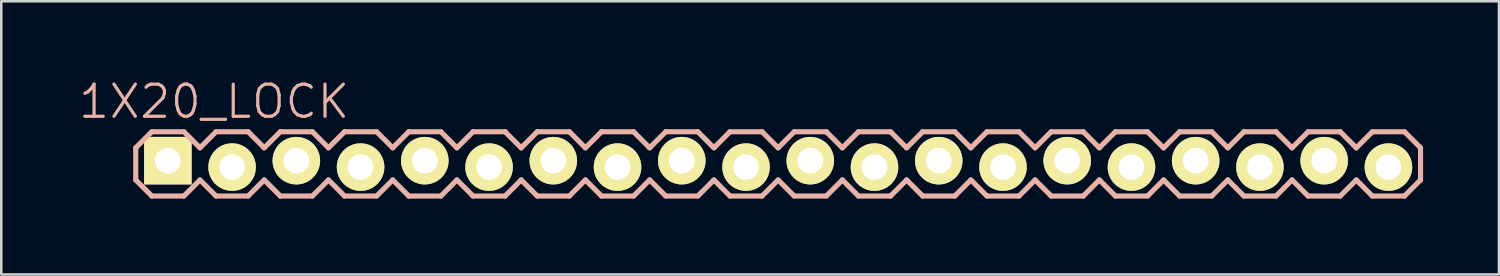
<source format=kicad_pcb>
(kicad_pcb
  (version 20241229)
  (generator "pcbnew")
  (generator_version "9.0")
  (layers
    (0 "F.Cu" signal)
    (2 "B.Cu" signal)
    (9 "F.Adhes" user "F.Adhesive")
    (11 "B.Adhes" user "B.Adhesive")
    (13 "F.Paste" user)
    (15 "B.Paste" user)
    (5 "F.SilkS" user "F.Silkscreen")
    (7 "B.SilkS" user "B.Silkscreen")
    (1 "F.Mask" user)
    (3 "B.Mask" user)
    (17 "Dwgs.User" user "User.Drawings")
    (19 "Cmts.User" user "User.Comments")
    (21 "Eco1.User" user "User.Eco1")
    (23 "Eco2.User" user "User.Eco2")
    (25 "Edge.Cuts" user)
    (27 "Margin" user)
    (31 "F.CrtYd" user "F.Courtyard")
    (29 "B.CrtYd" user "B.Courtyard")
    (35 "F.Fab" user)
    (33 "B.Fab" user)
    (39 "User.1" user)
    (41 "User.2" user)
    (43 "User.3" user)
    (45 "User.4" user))
  (footprint "1X20_LOCK"
    (layer "F.Cu")
    (at 3.587 3.43)
    (property "Reference" "1X20_LOCK" (at 1.829 -2.464 0) (layer "B.SilkS") (effects (font (size 1.27 1.27) (thickness 0.127))))
    (attr exclude_from_pos_files exclude_from_bom)
    (fp_line (start -0.254 -0.254) (end 0.254 -0.254) (stroke (width 0.066) (type solid)) (layer "F.SilkS"))
    (fp_line (start -0.254 0.254) (end -0.254 -0.254) (stroke (width 0.066) (type solid)) (layer "F.SilkS"))
    (fp_line (start -0.254 0.254) (end 0.254 0.254) (stroke (width 0.066) (type solid)) (layer "F.SilkS"))
    (fp_line (start 0.254 0.254) (end 0.254 -0.254) (stroke (width 0.066) (type solid)) (layer "F.SilkS"))
    (fp_line (start 2.286 -0.254) (end 2.794 -0.254) (stroke (width 0.066) (type solid)) (layer "F.SilkS"))
    (fp_line (start 2.286 0.254) (end 2.286 -0.254) (stroke (width 0.066) (type solid)) (layer "F.SilkS"))
    (fp_line (start 2.286 0.254) (end 2.794 0.254) (stroke (width 0.066) (type solid)) (layer "F.SilkS"))
    (fp_line (start 2.794 0.254) (end 2.794 -0.254) (stroke (width 0.066) (type solid)) (layer "F.SilkS"))
    (fp_line (start 4.826 -0.254) (end 5.334 -0.254) (stroke (width 0.066) (type solid)) (layer "F.SilkS"))
    (fp_line (start 4.826 0.254) (end 4.826 -0.254) (stroke (width 0.066) (type solid)) (layer "F.SilkS"))
    (fp_line (start 4.826 0.254) (end 5.334 0.254) (stroke (width 0.066) (type solid)) (layer "F.SilkS"))
    (fp_line (start 5.334 0.254) (end 5.334 -0.254) (stroke (width 0.066) (type solid)) (layer "F.SilkS"))
    (fp_line (start 7.366 -0.254) (end 7.874 -0.254) (stroke (width 0.066) (type solid)) (layer "F.SilkS"))
    (fp_line (start 7.366 0.254) (end 7.366 -0.254) (stroke (width 0.066) (type solid)) (layer "F.SilkS"))
    (fp_line (start 7.366 0.254) (end 7.874 0.254) (stroke (width 0.066) (type solid)) (layer "F.SilkS"))
    (fp_line (start 7.874 0.254) (end 7.874 -0.254) (stroke (width 0.066) (type solid)) (layer "F.SilkS"))
    (fp_line (start 9.906 -0.254) (end 10.414 -0.254) (stroke (width 0.066) (type solid)) (layer "F.SilkS"))
    (fp_line (start 9.906 0.254) (end 9.906 -0.254) (stroke (width 0.066) (type solid)) (layer "F.SilkS"))
    (fp_line (start 9.906 0.254) (end 10.414 0.254) (stroke (width 0.066) (type solid)) (layer "F.SilkS"))
    (fp_line (start 10.414 0.254) (end 10.414 -0.254) (stroke (width 0.066) (type solid)) (layer "F.SilkS"))
    (fp_line (start 12.446 -0.254) (end 12.954 -0.254) (stroke (width 0.066) (type solid)) (layer "F.SilkS"))
    (fp_line (start 12.446 0.254) (end 12.446 -0.254) (stroke (width 0.066) (type solid)) (layer "F.SilkS"))
    (fp_line (start 12.446 0.254) (end 12.954 0.254) (stroke (width 0.066) (type solid)) (layer "F.SilkS"))
    (fp_line (start 12.954 0.254) (end 12.954 -0.254) (stroke (width 0.066) (type solid)) (layer "F.SilkS"))
    (fp_line (start 14.986 -0.254) (end 15.494 -0.254) (stroke (width 0.066) (type solid)) (layer "F.SilkS"))
    (fp_line (start 14.986 0.254) (end 14.986 -0.254) (stroke (width 0.066) (type solid)) (layer "F.SilkS"))
    (fp_line (start 14.986 0.254) (end 15.494 0.254) (stroke (width 0.066) (type solid)) (layer "F.SilkS"))
    (fp_line (start 15.494 0.254) (end 15.494 -0.254) (stroke (width 0.066) (type solid)) (layer "F.SilkS"))
    (fp_line (start 17.523 -0.254) (end 18.034 -0.254) (stroke (width 0.066) (type solid)) (layer "F.SilkS"))
    (fp_line (start 17.523 0.254) (end 17.523 -0.254) (stroke (width 0.066) (type solid)) (layer "F.SilkS"))
    (fp_line (start 17.523 0.254) (end 18.034 0.254) (stroke (width 0.066) (type solid)) (layer "F.SilkS"))
    (fp_line (start 18.034 0.254) (end 18.034 -0.254) (stroke (width 0.066) (type solid)) (layer "F.SilkS"))
    (fp_line (start 20.066 -0.254) (end 20.574 -0.254) (stroke (width 0.066) (type solid)) (layer "F.SilkS"))
    (fp_line (start 20.066 0.254) (end 20.066 -0.254) (stroke (width 0.066) (type solid)) (layer "F.SilkS"))
    (fp_line (start 20.066 0.254) (end 20.574 0.254) (stroke (width 0.066) (type solid)) (layer "F.SilkS"))
    (fp_line (start 20.574 0.254) (end 20.574 -0.254) (stroke (width 0.066) (type solid)) (layer "F.SilkS"))
    (fp_line (start 22.606 -0.254) (end 23.114 -0.254) (stroke (width 0.066) (type solid)) (layer "F.SilkS"))
    (fp_line (start 22.606 0.254) (end 22.606 -0.254) (stroke (width 0.066) (type solid)) (layer "F.SilkS"))
    (fp_line (start 22.606 0.254) (end 23.114 0.254) (stroke (width 0.066) (type solid)) (layer "F.SilkS"))
    (fp_line (start 23.114 0.254) (end 23.114 -0.254) (stroke (width 0.066) (type solid)) (layer "F.SilkS"))
    (fp_line (start 25.146 -0.254) (end 25.654 -0.254) (stroke (width 0.066) (type solid)) (layer "F.SilkS"))
    (fp_line (start 25.146 0.254) (end 25.146 -0.254) (stroke (width 0.066) (type solid)) (layer "F.SilkS"))
    (fp_line (start 25.146 0.254) (end 25.654 0.254) (stroke (width 0.066) (type solid)) (layer "F.SilkS"))
    (fp_line (start 25.654 0.254) (end 25.654 -0.254) (stroke (width 0.066) (type solid)) (layer "F.SilkS"))
    (fp_line (start 27.686 -0.254) (end 28.194 -0.254) (stroke (width 0.066) (type solid)) (layer "F.SilkS"))
    (fp_line (start 27.686 0.254) (end 27.686 -0.254) (stroke (width 0.066) (type solid)) (layer "F.SilkS"))
    (fp_line (start 27.686 0.254) (end 28.194 0.254) (stroke (width 0.066) (type solid)) (layer "F.SilkS"))
    (fp_line (start 28.194 0.254) (end 28.194 -0.254) (stroke (width 0.066) (type solid)) (layer "F.SilkS"))
    (fp_line (start 30.226 -0.254) (end 30.734 -0.254) (stroke (width 0.066) (type solid)) (layer "F.SilkS"))
    (fp_line (start 30.226 0.254) (end 30.226 -0.254) (stroke (width 0.066) (type solid)) (layer "F.SilkS"))
    (fp_line (start 30.226 0.254) (end 30.734 0.254) (stroke (width 0.066) (type solid)) (layer "F.SilkS"))
    (fp_line (start 30.734 0.254) (end 30.734 -0.254) (stroke (width 0.066) (type solid)) (layer "F.SilkS"))
    (fp_line (start 32.766 -0.254) (end 33.274 -0.254) (stroke (width 0.066) (type solid)) (layer "F.SilkS"))
    (fp_line (start 32.766 0.254) (end 32.766 -0.254) (stroke (width 0.066) (type solid)) (layer "F.SilkS"))
    (fp_line (start 32.766 0.254) (end 33.274 0.254) (stroke (width 0.066) (type solid)) (layer "F.SilkS"))
    (fp_line (start 33.274 0.254) (end 33.274 -0.254) (stroke (width 0.066) (type solid)) (layer "F.SilkS"))
    (fp_line (start 35.303 -0.254) (end 35.814 -0.254) (stroke (width 0.066) (type solid)) (layer "F.SilkS"))
    (fp_line (start 35.303 0.254) (end 35.303 -0.254) (stroke (width 0.066) (type solid)) (layer "F.SilkS"))
    (fp_line (start 35.303 0.254) (end 35.814 0.254) (stroke (width 0.066) (type solid)) (layer "F.SilkS"))
    (fp_line (start 35.814 0.254) (end 35.814 -0.254) (stroke (width 0.066) (type solid)) (layer "F.SilkS"))
    (fp_line (start 37.846 -0.254) (end 38.354 -0.254) (stroke (width 0.066) (type solid)) (layer "F.SilkS"))
    (fp_line (start 37.846 0.254) (end 37.846 -0.254) (stroke (width 0.066) (type solid)) (layer "F.SilkS"))
    (fp_line (start 37.846 0.254) (end 38.354 0.254) (stroke (width 0.066) (type solid)) (layer "F.SilkS"))
    (fp_line (start 38.354 0.254) (end 38.354 -0.254) (stroke (width 0.066) (type solid)) (layer "F.SilkS"))
    (fp_line (start 40.386 -0.254) (end 40.894 -0.254) (stroke (width 0.066) (type solid)) (layer "F.SilkS"))
    (fp_line (start 40.386 0.254) (end 40.386 -0.254) (stroke (width 0.066) (type solid)) (layer "F.SilkS"))
    (fp_line (start 40.386 0.254) (end 40.894 0.254) (stroke (width 0.066) (type solid)) (layer "F.SilkS"))
    (fp_line (start 40.894 0.254) (end 40.894 -0.254) (stroke (width 0.066) (type solid)) (layer "F.SilkS"))
    (fp_line (start 42.926 -0.254) (end 43.434 -0.254) (stroke (width 0.066) (type solid)) (layer "F.SilkS"))
    (fp_line (start 42.926 0.254) (end 42.926 -0.254) (stroke (width 0.066) (type solid)) (layer "F.SilkS"))
    (fp_line (start 42.926 0.254) (end 43.434 0.254) (stroke (width 0.066) (type solid)) (layer "F.SilkS"))
    (fp_line (start 43.434 0.254) (end 43.434 -0.254) (stroke (width 0.066) (type solid)) (layer "F.SilkS"))
    (fp_line (start 45.466 -0.254) (end 45.974 -0.254) (stroke (width 0.066) (type solid)) (layer "F.SilkS"))
    (fp_line (start 45.466 0.254) (end 45.466 -0.254) (stroke (width 0.066) (type solid)) (layer "F.SilkS"))
    (fp_line (start 45.466 0.254) (end 45.974 0.254) (stroke (width 0.066) (type solid)) (layer "F.SilkS"))
    (fp_line (start 45.974 0.254) (end 45.974 -0.254) (stroke (width 0.066) (type solid)) (layer "F.SilkS"))
    (fp_line (start 48.006 -0.254) (end 48.514 -0.254) (stroke (width 0.066) (type solid)) (layer "F.SilkS"))
    (fp_line (start 48.006 0.254) (end 48.006 -0.254) (stroke (width 0.066) (type solid)) (layer "F.SilkS"))
    (fp_line (start 48.006 0.254) (end 48.514 0.254) (stroke (width 0.066) (type solid)) (layer "F.SilkS"))
    (fp_line (start 48.514 0.254) (end 48.514 -0.254) (stroke (width 0.066) (type solid)) (layer "F.SilkS"))
    (fp_line (start -1.27 -0.635) (end -1.27 0.635) (stroke (width 0.203) (type solid)) (layer "B.SilkS"))
    (fp_line (start -1.27 0.635) (end -0.635 1.27) (stroke (width 0.203) (type solid)) (layer "B.SilkS"))
    (fp_line (start -0.635 -1.27) (end -1.27 -0.635) (stroke (width 0.203) (type solid)) (layer "B.SilkS"))
    (fp_line (start -0.635 -1.27) (end 0.635 -1.27) (stroke (width 0.203) (type solid)) (layer "B.SilkS"))
    (fp_line (start 0.635 -1.27) (end 1.27 -0.635) (stroke (width 0.203) (type solid)) (layer "B.SilkS"))
    (fp_line (start 0.635 1.27) (end -0.635 1.27) (stroke (width 0.203) (type solid)) (layer "B.SilkS"))
    (fp_line (start 1.27 -0.635) (end 1.905 -1.27) (stroke (width 0.203) (type solid)) (layer "B.SilkS"))
    (fp_line (start 1.27 0.635) (end 0.635 1.27) (stroke (width 0.203) (type solid)) (layer "B.SilkS"))
    (fp_line (start 1.905 -1.27) (end 3.175 -1.27) (stroke (width 0.203) (type solid)) (layer "B.SilkS"))
    (fp_line (start 1.905 1.27) (end 1.27 0.635) (stroke (width 0.203) (type solid)) (layer "B.SilkS"))
    (fp_line (start 3.175 -1.27) (end 3.81 -0.635) (stroke (width 0.203) (type solid)) (layer "B.SilkS"))
    (fp_line (start 3.175 1.27) (end 1.905 1.27) (stroke (width 0.203) (type solid)) (layer "B.SilkS"))
    (fp_line (start 3.81 -0.635) (end 4.445 -1.27) (stroke (width 0.203) (type solid)) (layer "B.SilkS"))
    (fp_line (start 3.81 0.635) (end 3.175 1.27) (stroke (width 0.203) (type solid)) (layer "B.SilkS"))
    (fp_line (start 4.445 -1.27) (end 5.715 -1.27) (stroke (width 0.203) (type solid)) (layer "B.SilkS"))
    (fp_line (start 4.445 1.27) (end 3.81 0.635) (stroke (width 0.203) (type solid)) (layer "B.SilkS"))
    (fp_line (start 5.715 -1.27) (end 6.35 -0.635) (stroke (width 0.203) (type solid)) (layer "B.SilkS"))
    (fp_line (start 5.715 1.27) (end 4.445 1.27) (stroke (width 0.203) (type solid)) (layer "B.SilkS"))
    (fp_line (start 6.35 0.635) (end 5.715 1.27) (stroke (width 0.203) (type solid)) (layer "B.SilkS"))
    (fp_line (start 6.35 0.635) (end 6.985 1.27) (stroke (width 0.203) (type solid)) (layer "B.SilkS"))
    (fp_line (start 6.985 -1.27) (end 6.35 -0.635) (stroke (width 0.203) (type solid)) (layer "B.SilkS"))
    (fp_line (start 6.985 -1.27) (end 8.255 -1.27) (stroke (width 0.203) (type solid)) (layer "B.SilkS"))
    (fp_line (start 8.255 -1.27) (end 8.89 -0.635) (stroke (width 0.203) (type solid)) (layer "B.SilkS"))
    (fp_line (start 8.255 1.27) (end 6.985 1.27) (stroke (width 0.203) (type solid)) (layer "B.SilkS"))
    (fp_line (start 8.89 -0.635) (end 9.525 -1.27) (stroke (width 0.203) (type solid)) (layer "B.SilkS"))
    (fp_line (start 8.89 0.635) (end 8.255 1.27) (stroke (width 0.203) (type solid)) (layer "B.SilkS"))
    (fp_line (start 9.525 -1.27) (end 10.795 -1.27) (stroke (width 0.203) (type solid)) (layer "B.SilkS"))
    (fp_line (start 9.525 1.27) (end 8.89 0.635) (stroke (width 0.203) (type solid)) (layer "B.SilkS"))
    (fp_line (start 10.795 -1.27) (end 11.43 -0.635) (stroke (width 0.203) (type solid)) (layer "B.SilkS"))
    (fp_line (start 10.795 1.27) (end 9.525 1.27) (stroke (width 0.203) (type solid)) (layer "B.SilkS"))
    (fp_line (start 11.43 -0.635) (end 12.065 -1.27) (stroke (width 0.203) (type solid)) (layer "B.SilkS"))
    (fp_line (start 11.43 0.635) (end 10.795 1.27) (stroke (width 0.203) (type solid)) (layer "B.SilkS"))
    (fp_line (start 12.065 -1.27) (end 13.335 -1.27) (stroke (width 0.203) (type solid)) (layer "B.SilkS"))
    (fp_line (start 12.065 1.27) (end 11.43 0.635) (stroke (width 0.203) (type solid)) (layer "B.SilkS"))
    (fp_line (start 13.335 -1.27) (end 13.97 -0.635) (stroke (width 0.203) (type solid)) (layer "B.SilkS"))
    (fp_line (start 13.335 1.27) (end 12.065 1.27) (stroke (width 0.203) (type solid)) (layer "B.SilkS"))
    (fp_line (start 13.97 0.635) (end 13.335 1.27) (stroke (width 0.203) (type solid)) (layer "B.SilkS"))
    (fp_line (start 13.97 0.635) (end 14.605 1.27) (stroke (width 0.203) (type solid)) (layer "B.SilkS"))
    (fp_line (start 14.605 -1.27) (end 13.97 -0.635) (stroke (width 0.203) (type solid)) (layer "B.SilkS"))
    (fp_line (start 14.605 -1.27) (end 15.875 -1.27) (stroke (width 0.203) (type solid)) (layer "B.SilkS"))
    (fp_line (start 15.875 -1.27) (end 16.51 -0.635) (stroke (width 0.203) (type solid)) (layer "B.SilkS"))
    (fp_line (start 15.875 1.27) (end 14.605 1.27) (stroke (width 0.203) (type solid)) (layer "B.SilkS"))
    (fp_line (start 16.51 0.635) (end 15.875 1.27) (stroke (width 0.203) (type solid)) (layer "B.SilkS"))
    (fp_line (start 16.51 0.635) (end 17.145 1.27) (stroke (width 0.203) (type solid)) (layer "B.SilkS"))
    (fp_line (start 17.145 -1.27) (end 16.51 -0.635) (stroke (width 0.203) (type solid)) (layer "B.SilkS"))
    (fp_line (start 17.145 -1.27) (end 18.415 -1.27) (stroke (width 0.203) (type solid)) (layer "B.SilkS"))
    (fp_line (start 18.415 -1.27) (end 19.05 -0.635) (stroke (width 0.203) (type solid)) (layer "B.SilkS"))
    (fp_line (start 18.415 1.27) (end 17.145 1.27) (stroke (width 0.203) (type solid)) (layer "B.SilkS"))
    (fp_line (start 19.05 -0.635) (end 19.685 -1.27) (stroke (width 0.203) (type solid)) (layer "B.SilkS"))
    (fp_line (start 19.05 0.635) (end 18.415 1.27) (stroke (width 0.203) (type solid)) (layer "B.SilkS"))
    (fp_line (start 19.685 -1.27) (end 20.955 -1.27) (stroke (width 0.203) (type solid)) (layer "B.SilkS"))
    (fp_line (start 19.685 1.27) (end 19.05 0.635) (stroke (width 0.203) (type solid)) (layer "B.SilkS"))
    (fp_line (start 20.955 -1.27) (end 21.59 -0.635) (stroke (width 0.203) (type solid)) (layer "B.SilkS"))
    (fp_line (start 20.955 1.27) (end 19.685 1.27) (stroke (width 0.203) (type solid)) (layer "B.SilkS"))
    (fp_line (start 21.59 -0.635) (end 22.225 -1.27) (stroke (width 0.203) (type solid)) (layer "B.SilkS"))
    (fp_line (start 21.59 0.635) (end 20.955 1.27) (stroke (width 0.203) (type solid)) (layer "B.SilkS"))
    (fp_line (start 22.225 -1.27) (end 23.495 -1.27) (stroke (width 0.203) (type solid)) (layer "B.SilkS"))
    (fp_line (start 22.225 1.27) (end 21.59 0.635) (stroke (width 0.203) (type solid)) (layer "B.SilkS"))
    (fp_line (start 23.495 -1.27) (end 24.13 -0.635) (stroke (width 0.203) (type solid)) (layer "B.SilkS"))
    (fp_line (start 23.495 1.27) (end 22.225 1.27) (stroke (width 0.203) (type solid)) (layer "B.SilkS"))
    (fp_line (start 24.13 0.635) (end 23.495 1.27) (stroke (width 0.203) (type solid)) (layer "B.SilkS"))
    (fp_line (start 24.13 0.635) (end 24.765 1.27) (stroke (width 0.203) (type solid)) (layer "B.SilkS"))
    (fp_line (start 24.765 -1.27) (end 24.13 -0.635) (stroke (width 0.203) (type solid)) (layer "B.SilkS"))
    (fp_line (start 24.765 -1.27) (end 26.035 -1.27) (stroke (width 0.203) (type solid)) (layer "B.SilkS"))
    (fp_line (start 26.035 -1.27) (end 26.67 -0.635) (stroke (width 0.203) (type solid)) (layer "B.SilkS"))
    (fp_line (start 26.035 1.27) (end 24.765 1.27) (stroke (width 0.203) (type solid)) (layer "B.SilkS"))
    (fp_line (start 26.67 -0.635) (end 27.305 -1.27) (stroke (width 0.203) (type solid)) (layer "B.SilkS"))
    (fp_line (start 26.67 0.635) (end 26.035 1.27) (stroke (width 0.203) (type solid)) (layer "B.SilkS"))
    (fp_line (start 27.305 -1.27) (end 28.575 -1.27) (stroke (width 0.203) (type solid)) (layer "B.SilkS"))
    (fp_line (start 27.305 1.27) (end 26.67 0.635) (stroke (width 0.203) (type solid)) (layer "B.SilkS"))
    (fp_line (start 28.575 -1.27) (end 29.21 -0.635) (stroke (width 0.203) (type solid)) (layer "B.SilkS"))
    (fp_line (start 28.575 1.27) (end 27.305 1.27) (stroke (width 0.203) (type solid)) (layer "B.SilkS"))
    (fp_line (start 29.21 -0.635) (end 29.845 -1.27) (stroke (width 0.203) (type solid)) (layer "B.SilkS"))
    (fp_line (start 29.21 0.635) (end 28.575 1.27) (stroke (width 0.203) (type solid)) (layer "B.SilkS"))
    (fp_line (start 29.845 -1.27) (end 31.115 -1.27) (stroke (width 0.203) (type solid)) (layer "B.SilkS"))
    (fp_line (start 29.845 1.27) (end 29.21 0.635) (stroke (width 0.203) (type solid)) (layer "B.SilkS"))
    (fp_line (start 31.115 -1.27) (end 31.75 -0.635) (stroke (width 0.203) (type solid)) (layer "B.SilkS"))
    (fp_line (start 31.115 1.27) (end 29.845 1.27) (stroke (width 0.203) (type solid)) (layer "B.SilkS"))
    (fp_line (start 31.75 0.635) (end 31.115 1.27) (stroke (width 0.203) (type solid)) (layer "B.SilkS"))
    (fp_line (start 31.75 0.635) (end 32.385 1.27) (stroke (width 0.203) (type solid)) (layer "B.SilkS"))
    (fp_line (start 32.385 -1.27) (end 31.75 -0.635) (stroke (width 0.203) (type solid)) (layer "B.SilkS"))
    (fp_line (start 32.385 -1.27) (end 33.655 -1.27) (stroke (width 0.203) (type solid)) (layer "B.SilkS"))
    (fp_line (start 33.655 -1.27) (end 34.29 -0.635) (stroke (width 0.203) (type solid)) (layer "B.SilkS"))
    (fp_line (start 33.655 1.27) (end 32.385 1.27) (stroke (width 0.203) (type solid)) (layer "B.SilkS"))
    (fp_line (start 34.29 0.635) (end 33.655 1.27) (stroke (width 0.203) (type solid)) (layer "B.SilkS"))
    (fp_line (start 34.29 0.635) (end 34.925 1.27) (stroke (width 0.203) (type solid)) (layer "B.SilkS"))
    (fp_line (start 34.925 -1.27) (end 34.29 -0.635) (stroke (width 0.203) (type solid)) (layer "B.SilkS"))
    (fp_line (start 34.925 -1.27) (end 36.195 -1.27) (stroke (width 0.203) (type solid)) (layer "B.SilkS"))
    (fp_line (start 36.195 -1.27) (end 36.83 -0.635) (stroke (width 0.203) (type solid)) (layer "B.SilkS"))
    (fp_line (start 36.195 1.27) (end 34.925 1.27) (stroke (width 0.203) (type solid)) (layer "B.SilkS"))
    (fp_line (start 36.83 0.635) (end 36.195 1.27) (stroke (width 0.203) (type solid)) (layer "B.SilkS"))
    (fp_line (start 36.83 0.635) (end 37.465 1.27) (stroke (width 0.203) (type solid)) (layer "B.SilkS"))
    (fp_line (start 37.465 -1.27) (end 36.83 -0.635) (stroke (width 0.203) (type solid)) (layer "B.SilkS"))
    (fp_line (start 37.465 -1.27) (end 38.735 -1.27) (stroke (width 0.203) (type solid)) (layer "B.SilkS"))
    (fp_line (start 38.735 -1.27) (end 39.37 -0.635) (stroke (width 0.203) (type solid)) (layer "B.SilkS"))
    (fp_line (start 38.735 1.27) (end 37.465 1.27) (stroke (width 0.203) (type solid)) (layer "B.SilkS"))
    (fp_line (start 39.37 0.635) (end 38.735 1.27) (stroke (width 0.203) (type solid)) (layer "B.SilkS"))
    (fp_line (start 39.37 0.635) (end 40.005 1.27) (stroke (width 0.203) (type solid)) (layer "B.SilkS"))
    (fp_line (start 40.005 -1.27) (end 39.37 -0.635) (stroke (width 0.203) (type solid)) (layer "B.SilkS"))
    (fp_line (start 40.005 -1.27) (end 41.275 -1.27) (stroke (width 0.203) (type solid)) (layer "B.SilkS"))
    (fp_line (start 41.275 -1.27) (end 41.91 -0.635) (stroke (width 0.203) (type solid)) (layer "B.SilkS"))
    (fp_line (start 41.275 1.27) (end 40.005 1.27) (stroke (width 0.203) (type solid)) (layer "B.SilkS"))
    (fp_line (start 41.91 0.635) (end 41.275 1.27) (stroke (width 0.203) (type solid)) (layer "B.SilkS"))
    (fp_line (start 41.91 0.635) (end 42.545 1.27) (stroke (width 0.203) (type solid)) (layer "B.SilkS"))
    (fp_line (start 42.545 -1.27) (end 41.91 -0.635) (stroke (width 0.203) (type solid)) (layer "B.SilkS"))
    (fp_line (start 42.545 -1.27) (end 43.815 -1.27) (stroke (width 0.203) (type solid)) (layer "B.SilkS"))
    (fp_line (start 43.815 -1.27) (end 44.45 -0.635) (stroke (width 0.203) (type solid)) (layer "B.SilkS"))
    (fp_line (start 43.815 1.27) (end 42.545 1.27) (stroke (width 0.203) (type solid)) (layer "B.SilkS"))
    (fp_line (start 44.45 0.635) (end 43.815 1.27) (stroke (width 0.203) (type solid)) (layer "B.SilkS"))
    (fp_line (start 44.45 0.635) (end 45.085 1.27) (stroke (width 0.203) (type solid)) (layer "B.SilkS"))
    (fp_line (start 45.085 -1.27) (end 44.45 -0.635) (stroke (width 0.203) (type solid)) (layer "B.SilkS"))
    (fp_line (start 45.085 -1.27) (end 46.355 -1.27) (stroke (width 0.203) (type solid)) (layer "B.SilkS"))
    (fp_line (start 46.355 -1.27) (end 46.99 -0.635) (stroke (width 0.203) (type solid)) (layer "B.SilkS"))
    (fp_line (start 46.355 1.27) (end 45.085 1.27) (stroke (width 0.203) (type solid)) (layer "B.SilkS"))
    (fp_line (start 46.99 0.635) (end 46.355 1.27) (stroke (width 0.203) (type solid)) (layer "B.SilkS"))
    (fp_line (start 46.99 0.635) (end 47.625 1.27) (stroke (width 0.203) (type solid)) (layer "B.SilkS"))
    (fp_line (start 47.625 -1.27) (end 46.99 -0.635) (stroke (width 0.203) (type solid)) (layer "B.SilkS"))
    (fp_line (start 47.625 -1.27) (end 48.895 -1.27) (stroke (width 0.203) (type solid)) (layer "B.SilkS"))
    (fp_line (start 48.895 -1.27) (end 49.53 -0.635) (stroke (width 0.203) (type solid)) (layer "B.SilkS"))
    (fp_line (start 48.895 1.27) (end 47.625 1.27) (stroke (width 0.203) (type solid)) (layer "B.SilkS"))
    (fp_line (start 49.53 -0.635) (end 49.53 0.635) (stroke (width 0.203) (type solid)) (layer "B.SilkS"))
    (fp_line (start 49.53 0.635) (end 48.895 1.27) (stroke (width 0.203) (type solid)) (layer "B.SilkS"))
    (pad "1" thru_hole rect (at 0 -0.127) (size 1.88 1.88) (drill 1.016) (layers "*.Cu" "F.Mask" "F.SilkS" "F.Paste"))
    (pad "2" thru_hole circle (at 2.54 0.127) (size 1.88 1.88) (drill 1.016) (layers "*.Cu" "F.Mask" "F.SilkS" "F.Paste"))
    (pad "3" thru_hole circle (at 5.08 -0.127) (size 1.88 1.88) (drill 1.016) (layers "*.Cu" "F.Mask" "F.SilkS" "F.Paste"))
    (pad "4" thru_hole circle (at 7.62 0.127) (size 1.88 1.88) (drill 1.016) (layers "*.Cu" "F.Mask" "F.SilkS" "F.Paste"))
    (pad "5" thru_hole circle (at 10.16 -0.127) (size 1.88 1.88) (drill 1.016) (layers "*.Cu" "F.Mask" "F.SilkS" "F.Paste"))
    (pad "6" thru_hole circle (at 12.7 0.127) (size 1.88 1.88) (drill 1.016) (layers "*.Cu" "F.Mask" "F.SilkS" "F.Paste"))
    (pad "7" thru_hole circle (at 15.24 -0.127) (size 1.88 1.88) (drill 1.016) (layers "*.Cu" "F.Mask" "F.SilkS" "F.Paste"))
    (pad "8" thru_hole circle (at 17.78 0.127) (size 1.88 1.88) (drill 1.016) (layers "*.Cu" "F.Mask" "F.SilkS" "F.Paste"))
    (pad "9" thru_hole circle (at 20.32 -0.127) (size 1.88 1.88) (drill 1.016) (layers "*.Cu" "F.Mask" "F.SilkS" "F.Paste"))
    (pad "10" thru_hole circle (at 22.86 0.127) (size 1.88 1.88) (drill 1.016) (layers "*.Cu" "F.Mask" "F.SilkS" "F.Paste"))
    (pad "11" thru_hole circle (at 25.4 -0.127) (size 1.88 1.88) (drill 1.016) (layers "*.Cu" "F.Mask" "F.SilkS" "F.Paste"))
    (pad "12" thru_hole circle (at 27.94 0.127) (size 1.88 1.88) (drill 1.016) (layers "*.Cu" "F.Mask" "F.SilkS" "F.Paste"))
    (pad "13" thru_hole circle (at 30.48 -0.127) (size 1.88 1.88) (drill 1.016) (layers "*.Cu" "F.Mask" "F.SilkS" "F.Paste"))
    (pad "14" thru_hole circle (at 33.02 0.127) (size 1.88 1.88) (drill 1.016) (layers "*.Cu" "F.Mask" "F.SilkS" "F.Paste"))
    (pad "15" thru_hole circle (at 35.56 -0.127) (size 1.88 1.88) (drill 1.016) (layers "*.Cu" "F.Mask" "F.SilkS" "F.Paste"))
    (pad "16" thru_hole circle (at 38.1 0.127) (size 1.88 1.88) (drill 1.016) (layers "*.Cu" "F.Mask" "F.SilkS" "F.Paste"))
    (pad "17" thru_hole circle (at 40.64 -0.127) (size 1.88 1.88) (drill 1.016) (layers "*.Cu" "F.Mask" "F.SilkS" "F.Paste"))
    (pad "18" thru_hole circle (at 43.18 0.127) (size 1.88 1.88) (drill 1.016) (layers "*.Cu" "F.Mask" "F.SilkS" "F.Paste"))
    (pad "19" thru_hole circle (at 45.72 -0.127) (size 1.88 1.88) (drill 1.016) (layers "*.Cu" "F.Mask" "F.SilkS" "F.Paste"))
    (pad "20" thru_hole circle (at 48.26 0.127) (size 1.88 1.88) (drill 1.016) (layers "*.Cu" "F.Mask" "F.SilkS" "F.Paste")))
  (gr_rect
    (start -3 -3)
    (end 56.218 7.801)
    (stroke (width 0.1) (type default))
    (fill no)
    (layer "Edge.Cuts")))
</source>
